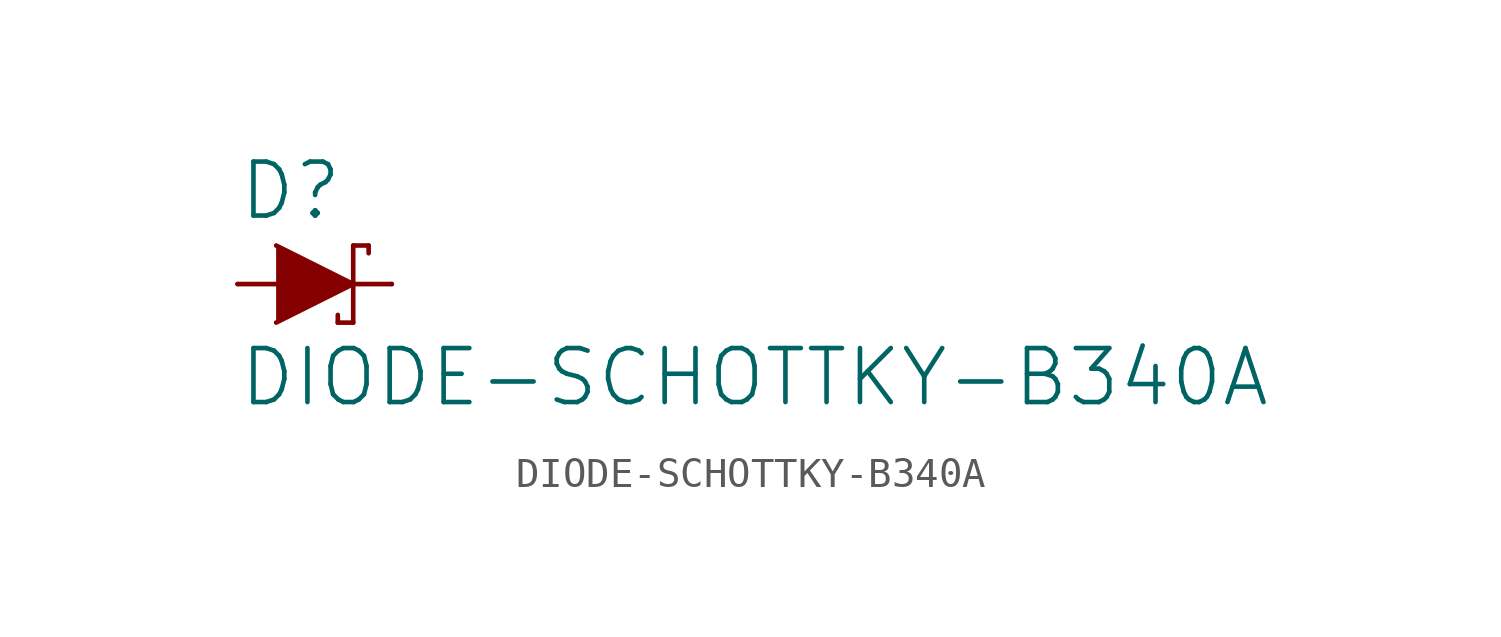
<source format=kicad_sym>
(kicad_symbol_lib
  (version 20211014)
  (generator kicad_symbol_editor)
  (symbol "DIODE-SCHOTTKY-B340A"
    (property "Reference" "D"
      (at -2.54 2.032 0)
      (effects (font (size 1.778 1.778)) (justify left bottom)))
    (property "Value" "DIODE-SCHOTTKY-B340A"
      (at -2.54 -2.032 0)
      (effects (font (size 1.778 1.778)) (justify left top)))
    (property "ki_locked" ""
      (at 0 0 0)
      (effects (font (size 1.27 1.27))))
    (symbol "DIODE-SCHOTTKY-B340A_1_0"
      (polyline (pts (xy -2.54 0) (xy -1.27 0)) (stroke (width 0.152) (type default) (color 0 0 0 0)) (fill (type none)))
      (polyline (pts (xy 0.762 -1.27) (xy 0.762 -1.016)) (stroke (width 0.152) (type default) (color 0 0 0 0)) (fill (type none)))
      (polyline (pts (xy 1.27 -1.27) (xy 0.762 -1.27)) (stroke (width 0.152) (type default) (color 0 0 0 0)) (fill (type none)))
      (polyline (pts (xy 1.27 0) (xy 1.27 -1.27)) (stroke (width 0.152) (type default) (color 0 0 0 0)) (fill (type none)))
      (polyline (pts (xy 1.27 1.27) (xy 1.27 0)) (stroke (width 0.152) (type default) (color 0 0 0 0)) (fill (type none)))
      (polyline (pts (xy 1.27 1.27) (xy 1.778 1.27)) (stroke (width 0.152) (type default) (color 0 0 0 0)) (fill (type none)))
      (polyline (pts (xy 1.778 1.27) (xy 1.778 1.016)) (stroke (width 0.152) (type default) (color 0 0 0 0)) (fill (type none)))
      (polyline (pts (xy 2.54 0) (xy 1.27 0)) (stroke (width 0.152) (type default) (color 0 0 0 0)) (fill (type none)))
      (polyline (pts (xy -1.27 1.27) (xy 1.27 0) (xy -1.27 -1.27)) (stroke (width 0) (type default) (color 0 0 0 0)) (fill (type outline)))
      (pin passive line (at -2.54 0 0) (length 0) (name "A" (effects (font (size 0 0)))) (number "A" (effects (font (size 0 0)))))
      (pin passive line (at 2.54 0 180) (length 0) (name "C" (effects (font (size 0 0)))) (number "C" (effects (font (size 0 0))))))))
</source>
